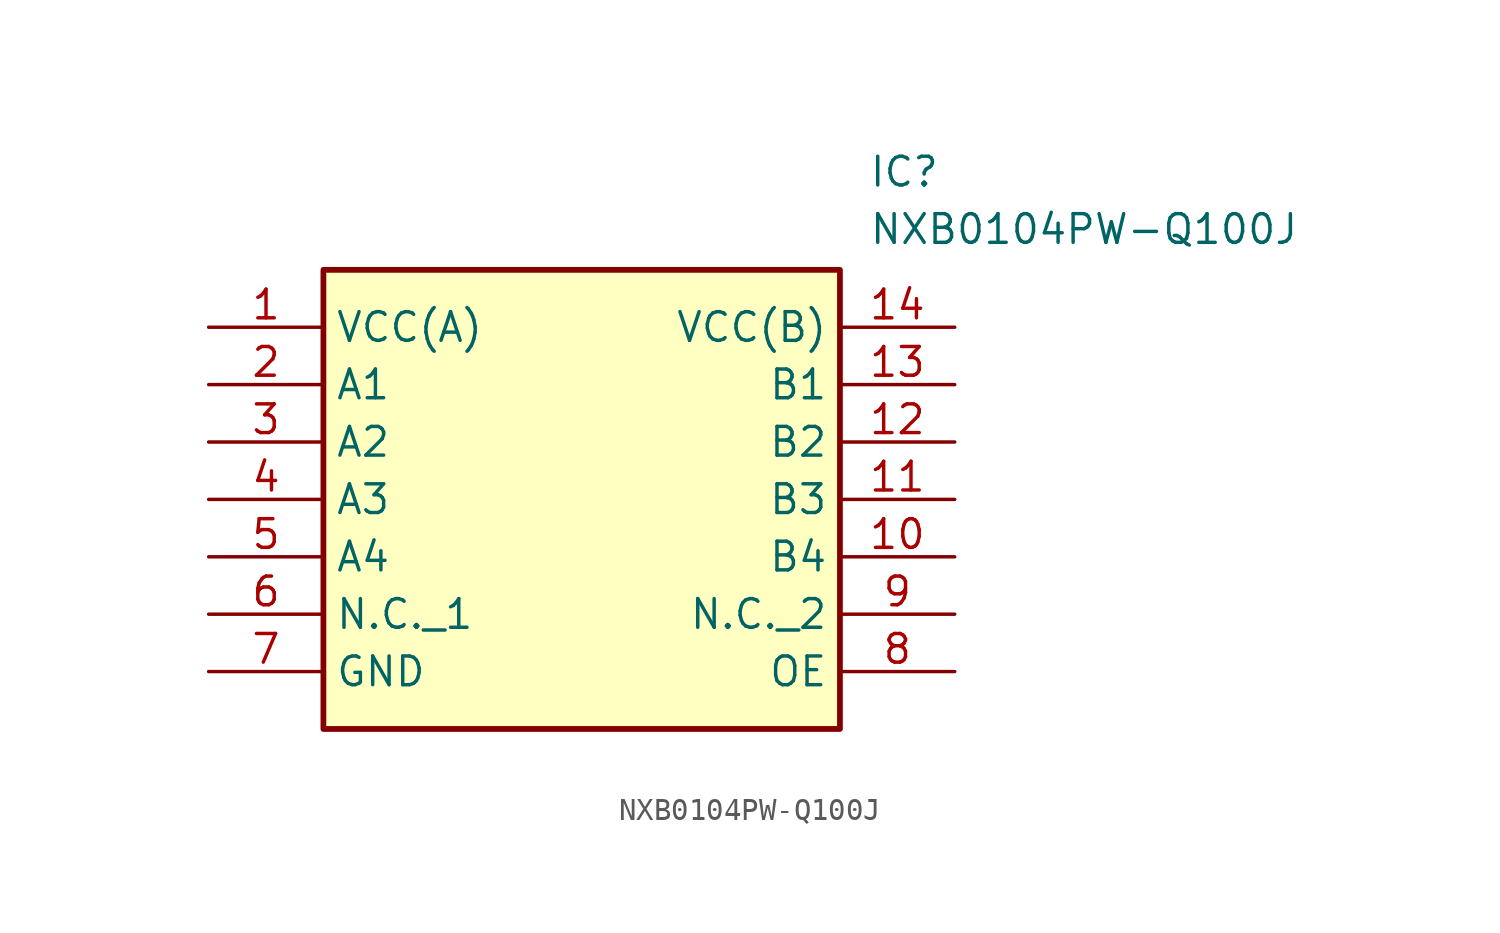
<source format=kicad_sym>
(kicad_symbol_lib
  (version 20211014)
  (generator SamacSys_ECAD_Model)
  (symbol "NXB0104PW-Q100J"
    (property "Reference" "IC"
      (at 29.21 7.62 0)
      (effects (font (size 1.27 1.27)) (justify left top)))
    (property "Value" "NXB0104PW-Q100J"
      (at 29.21 5.08 0)
      (effects (font (size 1.27 1.27)) (justify left top)))
    (rectangle
      (start 5.08 2.54)
      (end 27.94 -17.78)
      (stroke (width 0.254) (type default))
      (fill (type background)))
    (pin passive line
      (at 0 0 0)
      (length 5.08)
      (name "VCC(A)" (effects (font (size 1.27 1.27))))
      (number "1" (effects (font (size 1.27 1.27)))))
    (pin passive line
      (at 0 -2.54 0)
      (length 5.08)
      (name "A1" (effects (font (size 1.27 1.27))))
      (number "2" (effects (font (size 1.27 1.27)))))
    (pin passive line
      (at 0 -5.08 0)
      (length 5.08)
      (name "A2" (effects (font (size 1.27 1.27))))
      (number "3" (effects (font (size 1.27 1.27)))))
    (pin passive line
      (at 0 -7.62 0)
      (length 5.08)
      (name "A3" (effects (font (size 1.27 1.27))))
      (number "4" (effects (font (size 1.27 1.27)))))
    (pin passive line
      (at 0 -10.16 0)
      (length 5.08)
      (name "A4" (effects (font (size 1.27 1.27))))
      (number "5" (effects (font (size 1.27 1.27)))))
    (pin passive line
      (at 0 -12.7 0)
      (length 5.08)
      (name "N.C._1" (effects (font (size 1.27 1.27))))
      (number "6" (effects (font (size 1.27 1.27)))))
    (pin passive line
      (at 0 -15.24 0)
      (length 5.08)
      (name "GND" (effects (font (size 1.27 1.27))))
      (number "7" (effects (font (size 1.27 1.27)))))
    (pin passive line
      (at 33.02 0 180)
      (length 5.08)
      (name "VCC(B)" (effects (font (size 1.27 1.27))))
      (number "14" (effects (font (size 1.27 1.27)))))
    (pin passive line
      (at 33.02 -2.54 180)
      (length 5.08)
      (name "B1" (effects (font (size 1.27 1.27))))
      (number "13" (effects (font (size 1.27 1.27)))))
    (pin passive line
      (at 33.02 -5.08 180)
      (length 5.08)
      (name "B2" (effects (font (size 1.27 1.27))))
      (number "12" (effects (font (size 1.27 1.27)))))
    (pin passive line
      (at 33.02 -7.62 180)
      (length 5.08)
      (name "B3" (effects (font (size 1.27 1.27))))
      (number "11" (effects (font (size 1.27 1.27)))))
    (pin passive line
      (at 33.02 -10.16 180)
      (length 5.08)
      (name "B4" (effects (font (size 1.27 1.27))))
      (number "10" (effects (font (size 1.27 1.27)))))
    (pin passive line
      (at 33.02 -12.7 180)
      (length 5.08)
      (name "N.C._2" (effects (font (size 1.27 1.27))))
      (number "9" (effects (font (size 1.27 1.27)))))
    (pin passive line
      (at 33.02 -15.24 180)
      (length 5.08)
      (name "OE" (effects (font (size 1.27 1.27))))
      (number "8" (effects (font (size 1.27 1.27)))))))
</source>
